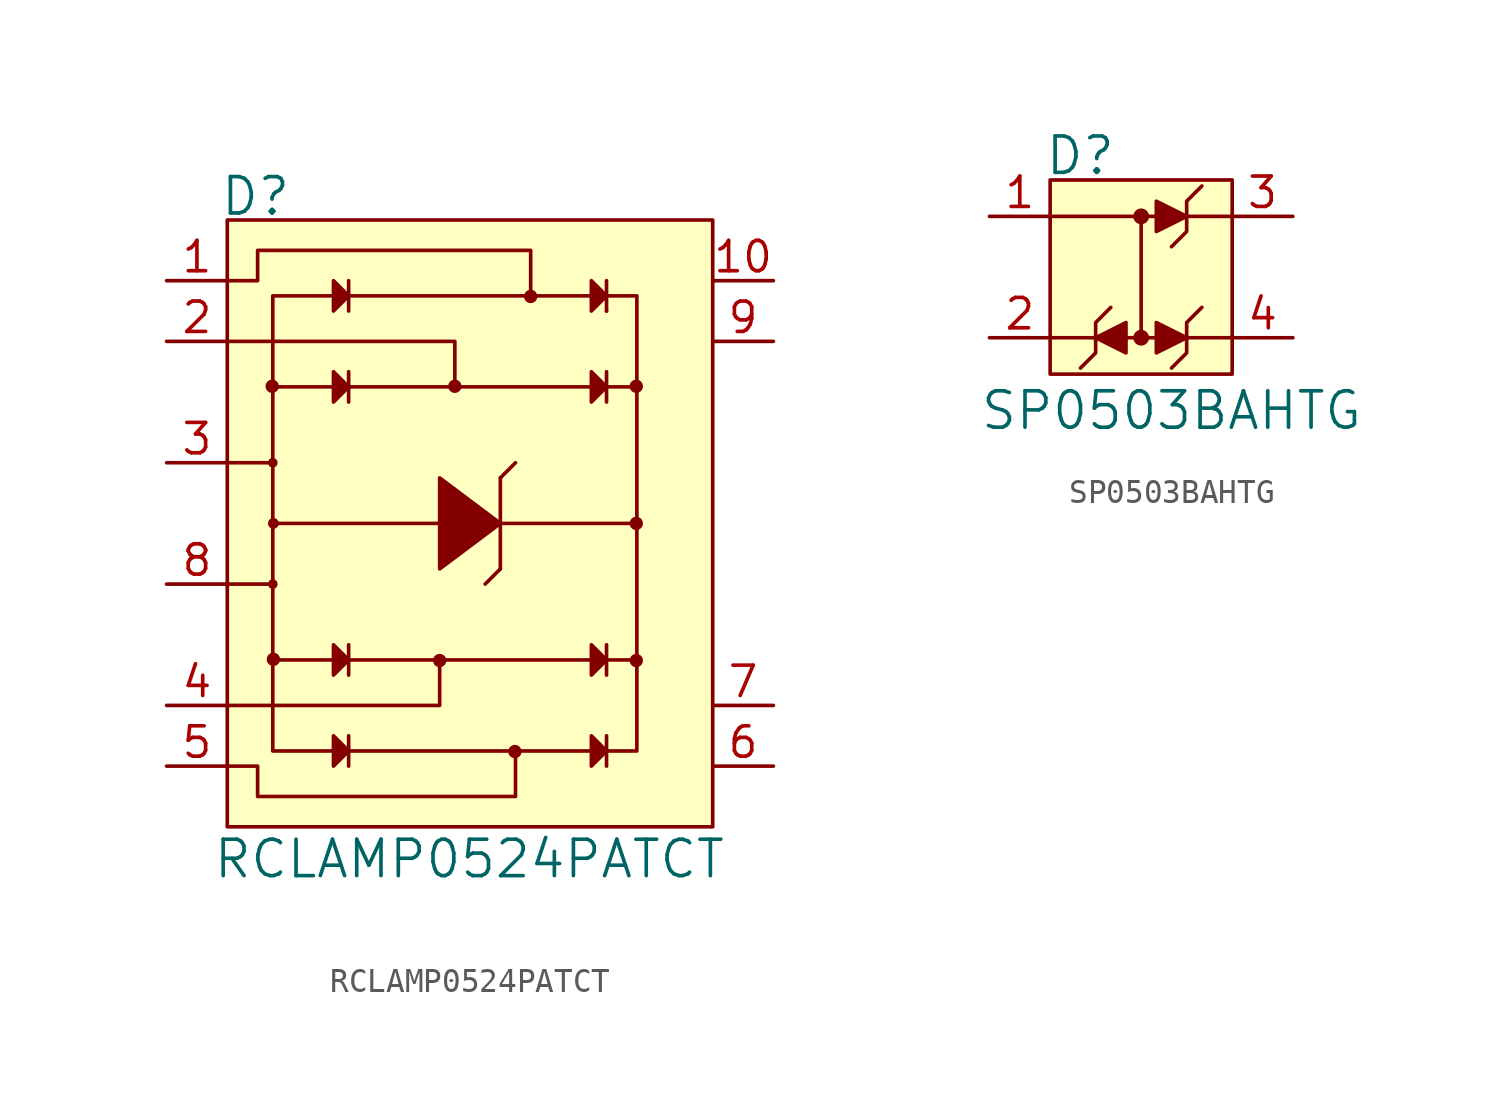
<source format=kicad_sym>
(kicad_symbol_lib
  (version 20201005)
  (generator kicad_symbol_editor)
  (symbol "RCLAMP0524PATCT"
    (pin_names
      (offset 1.016))
    (property "Reference" "D"
      (at -10.49 13.691 0)
      (effects (font (size 1.524 1.524)) (justify left)))
    (property "Value" "RCLAMP0524PATCT"
      (at -0.025 -14.046 0)
      (effects (font (size 1.524 1.524))))
    (symbol "RCLAMP0524PATCT_0_1"
      (circle (center -8.28 5.74) (radius 0.203) (stroke (width 0)) (fill (type outline)))
      (circle (center -8.255 -2.54) (radius 0.127) (stroke (width 0)) (fill (type none)))
      (circle (center -8.255 2.54) (radius 0.127) (stroke (width 0)) (fill (type none)))
      (circle (center -8.23 -5.69) (radius 0.203) (stroke (width 0)) (fill (type outline)))
      (circle (center -8.23 0) (radius 0.152) (stroke (width 0)) (fill (type none)))
      (circle (center -1.27 -5.74) (radius 0.203) (stroke (width 0)) (fill (type outline)))
      (circle (center -0.635 5.74) (radius 0.203) (stroke (width 0)) (fill (type outline)))
      (circle (center 1.88 -9.55) (radius 0.203) (stroke (width 0)) (fill (type outline)))
      (circle (center 2.54 9.5) (radius 0.203) (stroke (width 0)) (fill (type outline)))
      (circle (center 6.96 -5.74) (radius 0.203) (stroke (width 0)) (fill (type outline)))
      (circle (center 6.96 0) (radius 0.203) (stroke (width 0)) (fill (type outline)))
      (circle (center 6.96 5.74) (radius 0.203) (stroke (width 0)) (fill (type outline)))
      (rectangle (start -10.16 12.7) (end 10.16 -12.7) (stroke (width 0)) (fill (type background)))
      (polyline (pts (xy -10.16 -2.54) (xy -8.255 -2.54)) (stroke (width 0)) (fill (type none)))
      (polyline (pts (xy -10.16 2.54) (xy -8.255 2.54)) (stroke (width 0)) (fill (type none)))
      (polyline (pts (xy -5.715 -5.715) (xy -8.255 -5.715)) (stroke (width 0)) (fill (type none)))
      (polyline (pts (xy -5.715 5.715) (xy -8.255 5.715)) (stroke (width 0)) (fill (type none)))
      (polyline (pts (xy -5.08 -9.525) (xy 5.08 -9.525)) (stroke (width 0)) (fill (type none)))
      (polyline (pts (xy -5.08 -8.89) (xy -5.08 -10.16)) (stroke (width 0)) (fill (type none)))
      (polyline (pts (xy -5.08 -5.715) (xy 5.08 -5.715)) (stroke (width 0)) (fill (type none)))
      (polyline (pts (xy -5.08 -5.08) (xy -5.08 -6.35)) (stroke (width 0)) (fill (type none)))
      (polyline (pts (xy -5.08 5.715) (xy 5.08 5.715)) (stroke (width 0)) (fill (type none)))
      (polyline (pts (xy -5.08 6.35) (xy -5.08 5.08)) (stroke (width 0)) (fill (type none)))
      (polyline (pts (xy -5.08 9.525) (xy 5.08 9.525)) (stroke (width 0)) (fill (type none)))
      (polyline (pts (xy -5.08 10.16) (xy -5.08 8.89)) (stroke (width 0)) (fill (type none)))
      (polyline (pts (xy -1.27 0) (xy -8.255 0)) (stroke (width 0)) (fill (type none)))
      (polyline (pts (xy 1.27 -1.905) (xy 0.635 -2.54)) (stroke (width 0)) (fill (type none)))
      (polyline (pts (xy 1.27 1.905) (xy 1.27 -1.905)) (stroke (width 0)) (fill (type none)))
      (polyline (pts (xy 1.27 1.905) (xy 1.905 2.54)) (stroke (width 0)) (fill (type none)))
      (polyline (pts (xy 5.715 -8.89) (xy 5.715 -10.16)) (stroke (width 0)) (fill (type none)))
      (polyline (pts (xy 5.715 -5.715) (xy 6.985 -5.715)) (stroke (width 0)) (fill (type none)))
      (polyline (pts (xy 5.715 -5.08) (xy 5.715 -6.35)) (stroke (width 0)) (fill (type none)))
      (polyline (pts (xy 5.715 5.715) (xy 6.985 5.715)) (stroke (width 0)) (fill (type none)))
      (polyline (pts (xy 5.715 6.35) (xy 5.715 5.08)) (stroke (width 0)) (fill (type none)))
      (polyline (pts (xy 5.715 8.89) (xy 5.715 8.89)) (stroke (width 0)) (fill (type none)))
      (polyline (pts (xy 5.715 10.16) (xy 5.715 8.89)) (stroke (width 0)) (fill (type none)))
      (polyline (pts (xy 6.985 0) (xy 1.27 0)) (stroke (width 0)) (fill (type none)))
      (polyline (pts (xy 6.985 5.715) (xy 6.985 5.715)) (stroke (width 0)) (fill (type none)))
      (polyline (pts (xy -10.16 -7.62) (xy -1.27 -7.62) (xy -1.27 -5.715)) (stroke (width 0)) (fill (type none)))
      (polyline (pts (xy -10.16 7.62) (xy -0.635 7.62) (xy -0.635 5.715)) (stroke (width 0)) (fill (type none)))
      (polyline (pts (xy -5.715 -9.525) (xy -8.255 -9.525) (xy -8.255 9.525) (xy -5.715 9.525)) (stroke (width 0)) (fill (type none)))
      (polyline (pts (xy -5.715 -8.89) (xy -5.715 -10.16) (xy -5.08 -9.525) (xy -5.715 -8.89)) (stroke (width 0)) (fill (type outline)))
      (polyline (pts (xy -5.715 -5.08) (xy -5.715 -6.35) (xy -5.08 -5.715) (xy -5.715 -5.08)) (stroke (width 0)) (fill (type outline)))
      (polyline (pts (xy -5.715 6.35) (xy -5.715 5.08) (xy -5.08 5.715) (xy -5.715 6.35)) (stroke (width 0)) (fill (type outline)))
      (polyline (pts (xy -5.715 10.16) (xy -5.715 8.89) (xy -5.08 9.525) (xy -5.715 10.16)) (stroke (width 0)) (fill (type outline)))
      (polyline (pts (xy -1.27 1.905) (xy -1.27 -1.905) (xy 1.27 0) (xy -1.27 1.905)) (stroke (width 0)) (fill (type outline)))
      (polyline (pts (xy 5.08 -8.89) (xy 5.08 -10.16) (xy 5.715 -9.525) (xy 5.08 -8.89)) (stroke (width 0)) (fill (type outline)))
      (polyline (pts (xy 5.08 -5.08) (xy 5.08 -6.35) (xy 5.715 -5.715) (xy 5.08 -5.08)) (stroke (width 0)) (fill (type outline)))
      (polyline (pts (xy 5.08 6.35) (xy 5.08 5.08) (xy 5.715 5.715) (xy 5.08 6.35)) (stroke (width 0)) (fill (type outline)))
      (polyline (pts (xy 5.08 10.16) (xy 5.08 8.89) (xy 5.715 9.525) (xy 5.08 10.16)) (stroke (width 0)) (fill (type outline)))
      (polyline (pts (xy 5.715 9.525) (xy 6.985 9.525) (xy 6.985 -9.525) (xy 5.715 -9.525)) (stroke (width 0)) (fill (type none)))
      (polyline (pts (xy 1.905 -9.525) (xy 1.905 -11.43) (xy -8.89 -11.43) (xy -8.89 -10.16) (xy -10.16 -10.16)) (stroke (width 0)) (fill (type none)))
      (polyline (pts (xy 2.54 9.525) (xy 2.54 11.43) (xy -8.89 11.43) (xy -8.89 10.16) (xy -10.16 10.16)) (stroke (width 0)) (fill (type none))))
    (symbol "RCLAMP0524PATCT_1_1"
      (pin input line (at -12.7 10.16 0) (length 2.54) (name "~" (effects (font (size 1.27 1.27)))) (number "1" (effects (font (size 1.27 1.27)))))
      (pin input line (at -12.7 7.62 0) (length 2.54) (name "~" (effects (font (size 1.27 1.27)))) (number "2" (effects (font (size 1.27 1.27)))))
      (pin power_in line (at -12.7 2.54 0) (length 2.54) (name "~" (effects (font (size 1.27 1.27)))) (number "3" (effects (font (size 1.27 1.27)))))
      (pin input line (at -12.7 -7.62 0) (length 2.54) (name "~" (effects (font (size 1.27 1.27)))) (number "4" (effects (font (size 1.27 1.27)))))
      (pin input line (at -12.7 -10.16 0) (length 2.54) (name "~" (effects (font (size 1.27 1.27)))) (number "5" (effects (font (size 1.27 1.27)))))
      (pin output line (at 12.7 -10.16 180) (length 2.54) (name "~" (effects (font (size 1.27 1.27)))) (number "6" (effects (font (size 1.27 1.27)))))
      (pin output line (at 12.7 -7.62 180) (length 2.54) (name "~" (effects (font (size 1.27 1.27)))) (number "7" (effects (font (size 1.27 1.27)))))
      (pin power_in line (at -12.7 -2.54 0) (length 2.54) (name "~" (effects (font (size 1.27 1.27)))) (number "8" (effects (font (size 1.27 1.27)))))
      (pin output line (at 12.7 7.62 180) (length 2.54) (name "~" (effects (font (size 1.27 1.27)))) (number "9" (effects (font (size 1.27 1.27)))))
      (pin output line (at 12.7 10.16 180) (length 2.54) (name "~" (effects (font (size 1.27 1.27)))) (number "10" (effects (font (size 1.27 1.27)))))))
  (symbol "SP0503BAHTG"
    (pin_names
      (offset 1.016))
    (property "Reference" "D"
      (at -5.334 5.08 0)
      (effects (font (size 1.524 1.524)) (justify left)))
    (property "Value" "SP0503BAHTG"
      (at 0 -5.588 0)
      (effects (font (size 1.524 1.524))))
    (symbol "SP0503BAHTG_0_1"
      (circle (center -1.27 -2.54) (radius 0.254) (stroke (width 0)) (fill (type outline)))
      (circle (center -1.27 2.54) (radius 0.254) (stroke (width 0)) (fill (type outline)))
      (rectangle (start 2.54 4.064) (end -5.08 -4.064) (stroke (width 0)) (fill (type background)))
      (polyline (pts (xy -5.08 -2.54) (xy -3.175 -2.54)) (stroke (width 0)) (fill (type none)))
      (polyline (pts (xy -1.27 -2.54) (xy -1.27 2.54)) (stroke (width 0)) (fill (type none)))
      (polyline (pts (xy -0.635 -2.54) (xy -1.905 -2.54)) (stroke (width 0)) (fill (type none)))
      (polyline (pts (xy -0.635 2.54) (xy -5.08 2.54)) (stroke (width 0)) (fill (type none)))
      (polyline (pts (xy 0.635 -2.54) (xy 2.54 -2.54)) (stroke (width 0)) (fill (type none)))
      (polyline (pts (xy 0.635 2.54) (xy 2.54 2.54)) (stroke (width 0)) (fill (type none)))
      (polyline (pts (xy -3.175 -2.54) (xy -1.905 -1.905) (xy -1.905 -3.175) (xy -3.175 -2.54)) (stroke (width 0)) (fill (type outline)))
      (polyline (pts (xy -2.54 -1.27) (xy -3.175 -1.905) (xy -3.175 -3.175) (xy -3.81 -3.81)) (stroke (width 0)) (fill (type none)))
      (polyline (pts (xy -0.635 -1.905) (xy -0.635 -3.175) (xy 0.635 -2.54) (xy -0.635 -1.905)) (stroke (width 0)) (fill (type outline)))
      (polyline (pts (xy -0.635 3.175) (xy -0.635 1.905) (xy 0.635 2.54) (xy -0.635 3.175)) (stroke (width 0)) (fill (type outline)))
      (polyline (pts (xy 1.27 -1.27) (xy 0.635 -1.905) (xy 0.635 -3.175) (xy 0 -3.81)) (stroke (width 0)) (fill (type none)))
      (polyline (pts (xy 1.27 3.81) (xy 0.635 3.175) (xy 0.635 1.905) (xy 0 1.27)) (stroke (width 0)) (fill (type none))))
    (symbol "SP0503BAHTG_1_1"
      (pin passive line (at -7.62 2.54 0) (length 2.54) (name "~" (effects (font (size 1.27 1.27)))) (number "1" (effects (font (size 1.27 1.27)))))
      (pin passive line (at -7.62 -2.54 0) (length 2.54) (name "~" (effects (font (size 1.27 1.27)))) (number "2" (effects (font (size 1.27 1.27)))))
      (pin passive line (at 5.08 2.54 180) (length 2.54) (name "~" (effects (font (size 1.27 1.27)))) (number "3" (effects (font (size 1.27 1.27)))))
      (pin passive line (at 5.08 -2.54 180) (length 2.54) (name "~" (effects (font (size 1.27 1.27)))) (number "4" (effects (font (size 1.27 1.27))))))))
</source>
